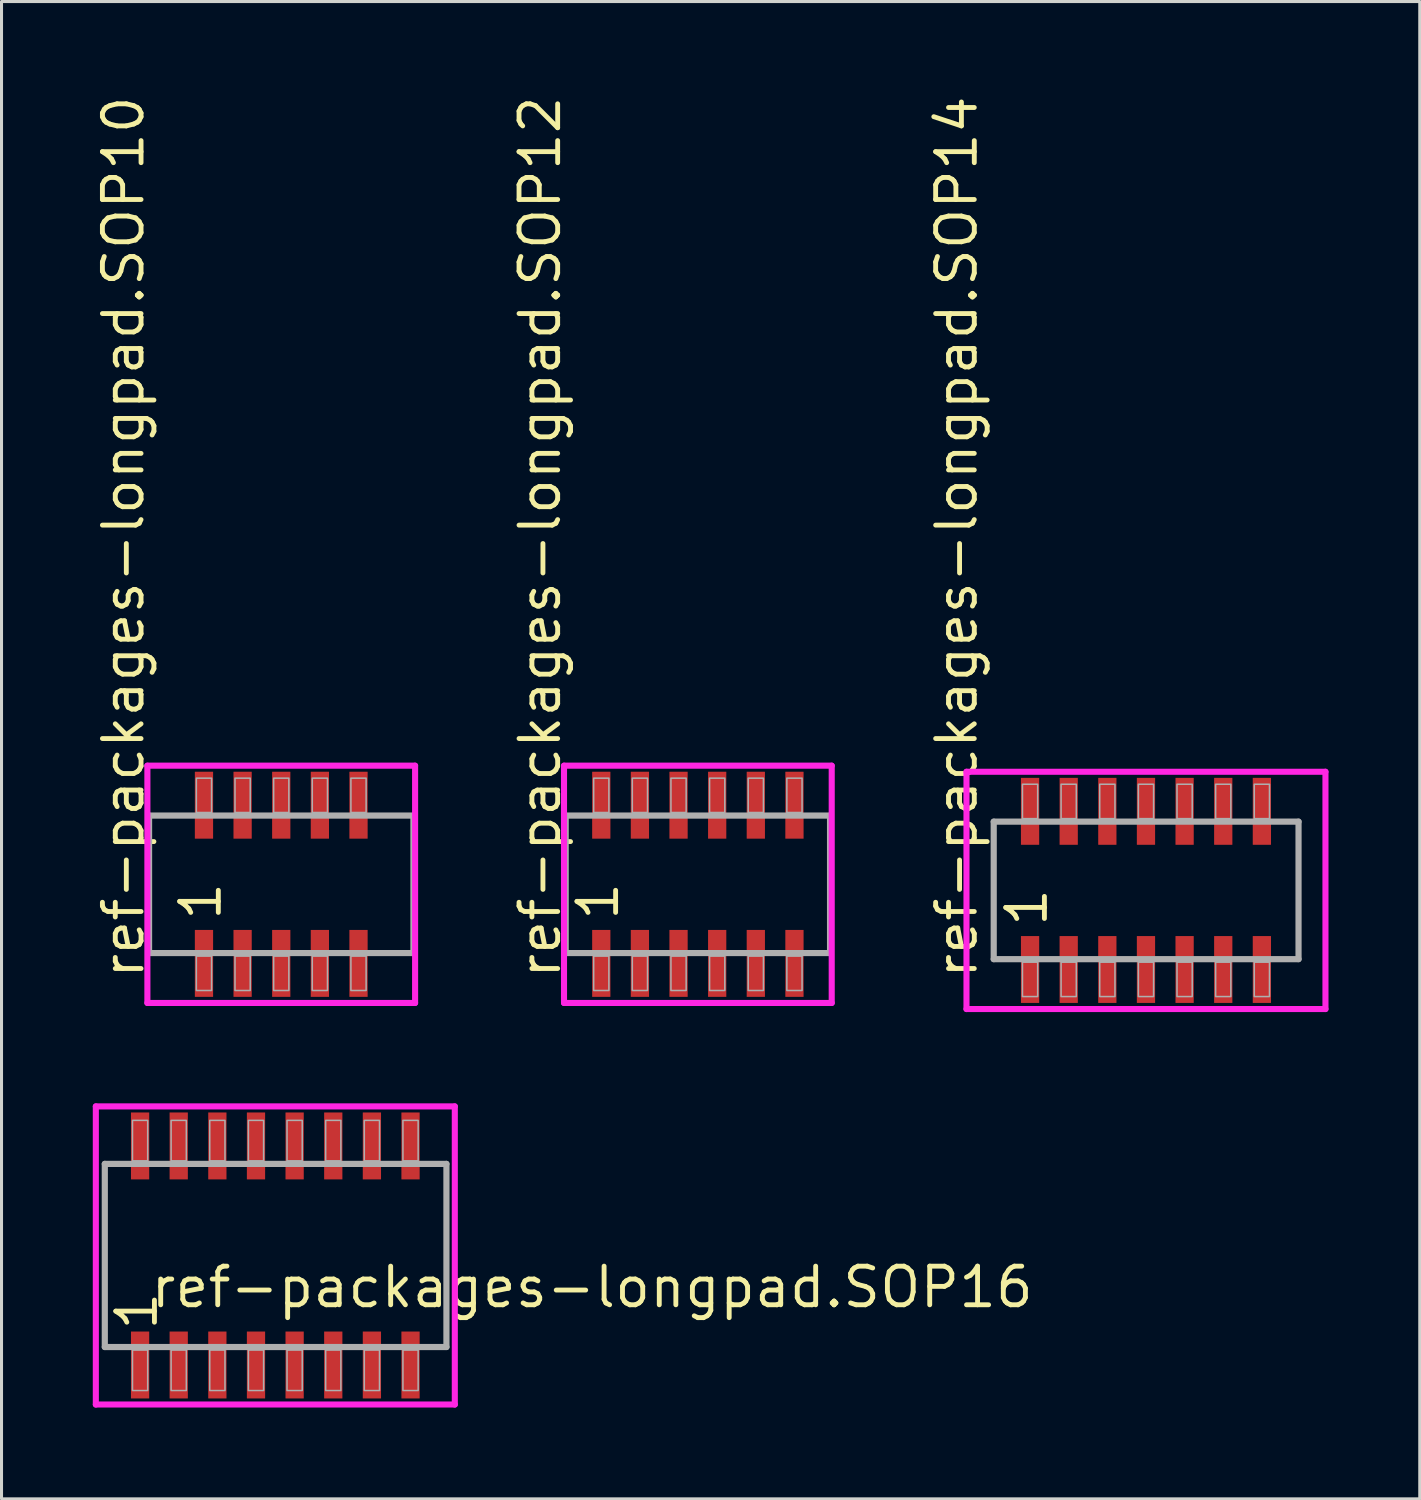
<source format=kicad_pcb>
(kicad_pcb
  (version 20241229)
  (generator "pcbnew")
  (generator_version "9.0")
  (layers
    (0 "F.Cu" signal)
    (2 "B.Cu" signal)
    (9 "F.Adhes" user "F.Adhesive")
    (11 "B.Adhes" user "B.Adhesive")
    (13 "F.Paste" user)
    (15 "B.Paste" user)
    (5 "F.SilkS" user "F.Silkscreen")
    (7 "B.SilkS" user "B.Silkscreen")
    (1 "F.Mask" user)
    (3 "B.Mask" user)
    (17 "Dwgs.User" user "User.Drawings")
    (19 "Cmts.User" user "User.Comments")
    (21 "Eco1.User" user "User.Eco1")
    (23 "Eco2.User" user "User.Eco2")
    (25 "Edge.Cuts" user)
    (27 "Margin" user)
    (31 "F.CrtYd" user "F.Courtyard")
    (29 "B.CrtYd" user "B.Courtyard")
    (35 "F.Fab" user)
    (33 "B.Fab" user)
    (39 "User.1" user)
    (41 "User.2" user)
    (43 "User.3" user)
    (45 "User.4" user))
  (footprint "ref-packages-longpad.SOP12"
    (layer "F.Cu")
    (at 19.89 26.019)
    (property "Reference" "ref-packages-longpad.SOP12" (at -4.445 3.175 90) (layer "F.SilkS") (effects (font (size 1.27 1.27) (thickness 0.16)) (justify left bottom)))
    (attr smd)
    (fp_line (start -4.4 -3.9) (end 4.4 -3.9) (stroke (width 0.2) (type default)) (layer "F.CrtYd"))
    (fp_line (start -4.4 3.9) (end -4.4 -3.9) (stroke (width 0.2) (type default)) (layer "F.CrtYd"))
    (fp_line (start 4.4 -3.9) (end 4.4 3.9) (stroke (width 0.2) (type default)) (layer "F.CrtYd"))
    (fp_line (start 4.4 3.9) (end -4.4 3.9) (stroke (width 0.2) (type default)) (layer "F.CrtYd"))
    (fp_line (start -4.345 -2.26) (end 4.345 -2.26) (stroke (width 0.203) (type default)) (layer "F.Fab"))
    (fp_line (start -4.345 2.26) (end -4.345 -2.26) (stroke (width 0.203) (type default)) (layer "F.Fab"))
    (fp_line (start 4.345 -2.26) (end 4.345 2.26) (stroke (width 0.203) (type default)) (layer "F.Fab"))
    (fp_line (start 4.345 2.26) (end -4.345 2.26) (stroke (width 0.203) (type default)) (layer "F.Fab"))
    (fp_rect (start -3.425 -2.36) (end -2.925 -3.49) (stroke (width 0.05) (type default)) (fill no) (layer "F.Fab"))
    (fp_rect (start -3.425 3.49) (end -2.925 2.36) (stroke (width 0.05) (type default)) (fill no) (layer "F.Fab"))
    (fp_rect (start -2.155 -2.36) (end -1.655 -3.49) (stroke (width 0.05) (type default)) (fill no) (layer "F.Fab"))
    (fp_rect (start -2.155 3.49) (end -1.655 2.36) (stroke (width 0.05) (type default)) (fill no) (layer "F.Fab"))
    (fp_rect (start -0.885 -2.36) (end -0.385 -3.49) (stroke (width 0.05) (type default)) (fill no) (layer "F.Fab"))
    (fp_rect (start -0.885 3.49) (end -0.385 2.36) (stroke (width 0.05) (type default)) (fill no) (layer "F.Fab"))
    (fp_rect (start 0.385 -2.36) (end 0.885 -3.49) (stroke (width 0.05) (type default)) (fill no) (layer "F.Fab"))
    (fp_rect (start 0.385 3.49) (end 0.885 2.36) (stroke (width 0.05) (type default)) (fill no) (layer "F.Fab"))
    (fp_rect (start 1.655 -2.36) (end 2.155 -3.49) (stroke (width 0.05) (type default)) (fill no) (layer "F.Fab"))
    (fp_rect (start 1.655 3.49) (end 2.155 2.36) (stroke (width 0.05) (type default)) (fill no) (layer "F.Fab"))
    (fp_rect (start 2.925 -2.36) (end 3.425 -3.49) (stroke (width 0.05) (type default)) (fill no) (layer "F.Fab"))
    (fp_rect (start 2.925 3.49) (end 3.425 2.36) (stroke (width 0.05) (type default)) (fill no) (layer "F.Fab"))
    (fp_text user "1" (at -2.54 1.27 90) (layer "F.SilkS") (effects (font (size 1.27 1.27) (thickness 0.16)) (justify left bottom)))
    (pad "1" smd roundrect (at -3.175 2.6) (size 0.6 2.2) (layers "F.Cu" "F.Mask" "F.Paste") (roundrect_rratio 0.01))
    (pad "2" smd roundrect (at -1.905 2.6) (size 0.6 2.2) (layers "F.Cu" "F.Mask" "F.Paste") (roundrect_rratio 0.01))
    (pad "3" smd roundrect (at -0.635 2.6) (size 0.6 2.2) (layers "F.Cu" "F.Mask" "F.Paste") (roundrect_rratio 0.01))
    (pad "4" smd roundrect (at 0.635 2.6) (size 0.6 2.2) (layers "F.Cu" "F.Mask" "F.Paste") (roundrect_rratio 0.01))
    (pad "5" smd roundrect (at 1.905 2.6) (size 0.6 2.2) (layers "F.Cu" "F.Mask" "F.Paste") (roundrect_rratio 0.01))
    (pad "6" smd roundrect (at 3.175 2.6) (size 0.6 2.2) (layers "F.Cu" "F.Mask" "F.Paste") (roundrect_rratio 0.01))
    (pad "7" smd roundrect (at 3.175 -2.6) (size 0.6 2.2) (layers "F.Cu" "F.Mask" "F.Paste") (roundrect_rratio 0.01))
    (pad "8" smd roundrect (at 1.905 -2.6) (size 0.6 2.2) (layers "F.Cu" "F.Mask" "F.Paste") (roundrect_rratio 0.01))
    (pad "9" smd roundrect (at 0.635 -2.6) (size 0.6 2.2) (layers "F.Cu" "F.Mask" "F.Paste") (roundrect_rratio 0.01))
    (pad "10" smd roundrect (at -0.635 -2.6) (size 0.6 2.2) (layers "F.Cu" "F.Mask" "F.Paste") (roundrect_rratio 0.01))
    (pad "11" smd roundrect (at -1.905 -2.6) (size 0.6 2.2) (layers "F.Cu" "F.Mask" "F.Paste") (roundrect_rratio 0.01))
    (pad "12" smd roundrect (at -3.175 -2.6) (size 0.6 2.2) (layers "F.Cu" "F.Mask" "F.Paste") (roundrect_rratio 0.01)))
  (footprint "ref-packages-longpad.SOP14"
    (layer "F.Cu")
    (at 34.62 26.219)
    (property "Reference" "ref-packages-longpad.SOP14" (at -5.48 2.975 90) (layer "F.SilkS") (effects (font (size 1.27 1.27) (thickness 0.16)) (justify left bottom)))
    (attr smd)
    (fp_line (start -5.9 -3.9) (end 5.9 -3.9) (stroke (width 0.2) (type default)) (layer "F.CrtYd"))
    (fp_line (start -5.9 3.9) (end -5.9 -3.9) (stroke (width 0.2) (type default)) (layer "F.CrtYd"))
    (fp_line (start 5.9 -3.9) (end 5.9 3.9) (stroke (width 0.2) (type default)) (layer "F.CrtYd"))
    (fp_line (start 5.9 3.9) (end -5.9 3.9) (stroke (width 0.2) (type default)) (layer "F.CrtYd"))
    (fp_line (start -5.005 -2.26) (end 5.015 -2.26) (stroke (width 0.203) (type default)) (layer "F.Fab"))
    (fp_line (start -5.005 2.26) (end -5.005 -2.26) (stroke (width 0.203) (type default)) (layer "F.Fab"))
    (fp_line (start 5.015 -2.26) (end 5.015 2.26) (stroke (width 0.203) (type default)) (layer "F.Fab"))
    (fp_line (start 5.015 2.26) (end -5.005 2.26) (stroke (width 0.203) (type default)) (layer "F.Fab"))
    (fp_rect (start -4.06 -2.36) (end -3.56 -3.49) (stroke (width 0.05) (type default)) (fill no) (layer "F.Fab"))
    (fp_rect (start -4.06 3.49) (end -3.56 2.36) (stroke (width 0.05) (type default)) (fill no) (layer "F.Fab"))
    (fp_rect (start -2.79 -2.36) (end -2.29 -3.49) (stroke (width 0.05) (type default)) (fill no) (layer "F.Fab"))
    (fp_rect (start -2.79 3.49) (end -2.29 2.36) (stroke (width 0.05) (type default)) (fill no) (layer "F.Fab"))
    (fp_rect (start -1.52 -2.36) (end -1.02 -3.49) (stroke (width 0.05) (type default)) (fill no) (layer "F.Fab"))
    (fp_rect (start -1.52 3.49) (end -1.02 2.36) (stroke (width 0.05) (type default)) (fill no) (layer "F.Fab"))
    (fp_rect (start -0.25 -2.36) (end 0.25 -3.49) (stroke (width 0.05) (type default)) (fill no) (layer "F.Fab"))
    (fp_rect (start -0.25 3.49) (end 0.25 2.36) (stroke (width 0.05) (type default)) (fill no) (layer "F.Fab"))
    (fp_rect (start 1.02 -2.36) (end 1.52 -3.49) (stroke (width 0.05) (type default)) (fill no) (layer "F.Fab"))
    (fp_rect (start 1.02 3.49) (end 1.52 2.36) (stroke (width 0.05) (type default)) (fill no) (layer "F.Fab"))
    (fp_rect (start 2.29 -2.36) (end 2.79 -3.49) (stroke (width 0.05) (type default)) (fill no) (layer "F.Fab"))
    (fp_rect (start 2.29 3.49) (end 2.79 2.36) (stroke (width 0.05) (type default)) (fill no) (layer "F.Fab"))
    (fp_rect (start 3.56 -2.36) (end 4.06 -3.49) (stroke (width 0.05) (type default)) (fill no) (layer "F.Fab"))
    (fp_rect (start 3.56 3.49) (end 4.06 2.36) (stroke (width 0.05) (type default)) (fill no) (layer "F.Fab"))
    (fp_text user "1" (at -3.175 1.27 90) (layer "F.SilkS") (effects (font (size 1.27 1.27) (thickness 0.16)) (justify left bottom)))
    (pad "1" smd roundrect (at -3.81 2.6) (size 0.6 2.2) (layers "F.Cu" "F.Mask" "F.Paste") (roundrect_rratio 0.01))
    (pad "2" smd roundrect (at -2.54 2.6) (size 0.6 2.2) (layers "F.Cu" "F.Mask" "F.Paste") (roundrect_rratio 0.01))
    (pad "3" smd roundrect (at -1.27 2.6) (size 0.6 2.2) (layers "F.Cu" "F.Mask" "F.Paste") (roundrect_rratio 0.01))
    (pad "4" smd roundrect (at 0 2.6) (size 0.6 2.2) (layers "F.Cu" "F.Mask" "F.Paste") (roundrect_rratio 0.01))
    (pad "5" smd roundrect (at 1.27 2.6) (size 0.6 2.2) (layers "F.Cu" "F.Mask" "F.Paste") (roundrect_rratio 0.01))
    (pad "6" smd roundrect (at 2.54 2.6) (size 0.6 2.2) (layers "F.Cu" "F.Mask" "F.Paste") (roundrect_rratio 0.01))
    (pad "7" smd roundrect (at 3.81 2.6) (size 0.6 2.2) (layers "F.Cu" "F.Mask" "F.Paste") (roundrect_rratio 0.01))
    (pad "8" smd roundrect (at 3.81 -2.6) (size 0.6 2.2) (layers "F.Cu" "F.Mask" "F.Paste") (roundrect_rratio 0.01))
    (pad "9" smd roundrect (at 2.54 -2.6) (size 0.6 2.2) (layers "F.Cu" "F.Mask" "F.Paste") (roundrect_rratio 0.01))
    (pad "10" smd roundrect (at 1.27 -2.6) (size 0.6 2.2) (layers "F.Cu" "F.Mask" "F.Paste") (roundrect_rratio 0.01))
    (pad "11" smd roundrect (at 0 -2.6) (size 0.6 2.2) (layers "F.Cu" "F.Mask" "F.Paste") (roundrect_rratio 0.01))
    (pad "12" smd roundrect (at -1.27 -2.6) (size 0.6 2.2) (layers "F.Cu" "F.Mask" "F.Paste") (roundrect_rratio 0.01))
    (pad "13" smd roundrect (at -2.54 -2.6) (size 0.6 2.2) (layers "F.Cu" "F.Mask" "F.Paste") (roundrect_rratio 0.01))
    (pad "14" smd roundrect (at -3.81 -2.6) (size 0.6 2.2) (layers "F.Cu" "F.Mask" "F.Paste") (roundrect_rratio 0.01)))
  (footprint "ref-packages-longpad.SOP16"
    (layer "F.Cu")
    (at 6 38.219)
    (property "Reference" "ref-packages-longpad.SOP16" (at -4.175 1.785 0) (layer "F.SilkS") (effects (font (size 1.27 1.27) (thickness 0.16)) (justify left bottom)))
    (attr smd)
    (fp_line (start -5.9 -4.9) (end 5.9 -4.9) (stroke (width 0.2) (type default)) (layer "F.CrtYd"))
    (fp_line (start -5.9 4.9) (end -5.9 -4.9) (stroke (width 0.2) (type default)) (layer "F.CrtYd"))
    (fp_line (start 5.9 -4.9) (end 5.9 4.9) (stroke (width 0.2) (type default)) (layer "F.CrtYd"))
    (fp_line (start 5.9 4.9) (end -5.9 4.9) (stroke (width 0.2) (type default)) (layer "F.CrtYd"))
    (fp_line (start -5.605 -3.01) (end 5.625 -3.01) (stroke (width 0.203) (type default)) (layer "F.Fab"))
    (fp_line (start -5.605 3.01) (end -5.605 -3.01) (stroke (width 0.203) (type default)) (layer "F.Fab"))
    (fp_line (start 5.625 -3.01) (end 5.625 3.01) (stroke (width 0.203) (type default)) (layer "F.Fab"))
    (fp_line (start 5.625 3.01) (end -5.605 3.01) (stroke (width 0.203) (type default)) (layer "F.Fab"))
    (fp_rect (start -4.695 -3.11) (end -4.195 -4.44) (stroke (width 0.05) (type default)) (fill no) (layer "F.Fab"))
    (fp_rect (start -4.695 4.44) (end -4.195 3.11) (stroke (width 0.05) (type default)) (fill no) (layer "F.Fab"))
    (fp_rect (start -3.425 -3.11) (end -2.925 -4.44) (stroke (width 0.05) (type default)) (fill no) (layer "F.Fab"))
    (fp_rect (start -3.425 4.44) (end -2.925 3.11) (stroke (width 0.05) (type default)) (fill no) (layer "F.Fab"))
    (fp_rect (start -2.155 -3.11) (end -1.655 -4.44) (stroke (width 0.05) (type default)) (fill no) (layer "F.Fab"))
    (fp_rect (start -2.155 4.44) (end -1.655 3.11) (stroke (width 0.05) (type default)) (fill no) (layer "F.Fab"))
    (fp_rect (start -0.885 -3.11) (end -0.385 -4.44) (stroke (width 0.05) (type default)) (fill no) (layer "F.Fab"))
    (fp_rect (start -0.885 4.44) (end -0.385 3.11) (stroke (width 0.05) (type default)) (fill no) (layer "F.Fab"))
    (fp_rect (start 0.385 -3.11) (end 0.885 -4.44) (stroke (width 0.05) (type default)) (fill no) (layer "F.Fab"))
    (fp_rect (start 0.385 4.44) (end 0.885 3.11) (stroke (width 0.05) (type default)) (fill no) (layer "F.Fab"))
    (fp_rect (start 1.655 -3.11) (end 2.155 -4.44) (stroke (width 0.05) (type default)) (fill no) (layer "F.Fab"))
    (fp_rect (start 1.655 4.44) (end 2.155 3.11) (stroke (width 0.05) (type default)) (fill no) (layer "F.Fab"))
    (fp_rect (start 2.925 -3.11) (end 3.425 -4.44) (stroke (width 0.05) (type default)) (fill no) (layer "F.Fab"))
    (fp_rect (start 2.925 4.44) (end 3.425 3.11) (stroke (width 0.05) (type default)) (fill no) (layer "F.Fab"))
    (fp_rect (start 4.195 -3.11) (end 4.695 -4.44) (stroke (width 0.05) (type default)) (fill no) (layer "F.Fab"))
    (fp_rect (start 4.195 4.44) (end 4.695 3.11) (stroke (width 0.05) (type default)) (fill no) (layer "F.Fab"))
    (fp_text user "1" (at -3.81 2.54 90) (layer "F.SilkS") (effects (font (size 1.27 1.27) (thickness 0.16)) (justify left bottom)))
    (pad "1" smd roundrect (at -4.445 3.6) (size 0.6 2.2) (layers "F.Cu" "F.Mask" "F.Paste") (roundrect_rratio 0.01))
    (pad "2" smd roundrect (at -3.175 3.6) (size 0.6 2.2) (layers "F.Cu" "F.Mask" "F.Paste") (roundrect_rratio 0.01))
    (pad "3" smd roundrect (at -1.905 3.6) (size 0.6 2.2) (layers "F.Cu" "F.Mask" "F.Paste") (roundrect_rratio 0.01))
    (pad "4" smd roundrect (at -0.635 3.6) (size 0.6 2.2) (layers "F.Cu" "F.Mask" "F.Paste") (roundrect_rratio 0.01))
    (pad "5" smd roundrect (at 0.635 3.6) (size 0.6 2.2) (layers "F.Cu" "F.Mask" "F.Paste") (roundrect_rratio 0.01))
    (pad "6" smd roundrect (at 1.905 3.6) (size 0.6 2.2) (layers "F.Cu" "F.Mask" "F.Paste") (roundrect_rratio 0.01))
    (pad "7" smd roundrect (at 3.175 3.6) (size 0.6 2.2) (layers "F.Cu" "F.Mask" "F.Paste") (roundrect_rratio 0.01))
    (pad "8" smd roundrect (at 4.445 3.6) (size 0.6 2.2) (layers "F.Cu" "F.Mask" "F.Paste") (roundrect_rratio 0.01))
    (pad "9" smd roundrect (at 4.445 -3.6) (size 0.6 2.2) (layers "F.Cu" "F.Mask" "F.Paste") (roundrect_rratio 0.01))
    (pad "10" smd roundrect (at 3.175 -3.6) (size 0.6 2.2) (layers "F.Cu" "F.Mask" "F.Paste") (roundrect_rratio 0.01))
    (pad "11" smd roundrect (at 1.905 -3.6) (size 0.6 2.2) (layers "F.Cu" "F.Mask" "F.Paste") (roundrect_rratio 0.01))
    (pad "12" smd roundrect (at 0.635 -3.6) (size 0.6 2.2) (layers "F.Cu" "F.Mask" "F.Paste") (roundrect_rratio 0.01))
    (pad "13" smd roundrect (at -0.635 -3.6) (size 0.6 2.2) (layers "F.Cu" "F.Mask" "F.Paste") (roundrect_rratio 0.01))
    (pad "14" smd roundrect (at -1.905 -3.6) (size 0.6 2.2) (layers "F.Cu" "F.Mask" "F.Paste") (roundrect_rratio 0.01))
    (pad "15" smd roundrect (at -3.175 -3.6) (size 0.6 2.2) (layers "F.Cu" "F.Mask" "F.Paste") (roundrect_rratio 0.01))
    (pad "16" smd roundrect (at -4.445 -3.6) (size 0.6 2.2) (layers "F.Cu" "F.Mask" "F.Paste") (roundrect_rratio 0.01)))
  (footprint "ref-packages-longpad.SOP10"
    (layer "F.Cu")
    (at 6.195 26.019)
    (property "Reference" "ref-packages-longpad.SOP10" (at -4.445 3.175 90) (layer "F.SilkS") (effects (font (size 1.27 1.27) (thickness 0.16)) (justify left bottom)))
    (attr smd)
    (fp_line (start -4.4 -3.9) (end 4.4 -3.9) (stroke (width 0.2) (type default)) (layer "F.CrtYd"))
    (fp_line (start -4.4 3.9) (end -4.4 -3.9) (stroke (width 0.2) (type default)) (layer "F.CrtYd"))
    (fp_line (start 4.4 -3.9) (end 4.4 3.9) (stroke (width 0.2) (type default)) (layer "F.CrtYd"))
    (fp_line (start 4.4 3.9) (end -4.4 3.9) (stroke (width 0.2) (type default)) (layer "F.CrtYd"))
    (fp_line (start -4.345 -2.26) (end 4.345 -2.26) (stroke (width 0.203) (type default)) (layer "F.Fab"))
    (fp_line (start -4.345 2.26) (end -4.345 -2.26) (stroke (width 0.203) (type default)) (layer "F.Fab"))
    (fp_line (start 4.345 -2.26) (end 4.345 2.26) (stroke (width 0.203) (type default)) (layer "F.Fab"))
    (fp_line (start 4.345 2.26) (end -4.345 2.26) (stroke (width 0.203) (type default)) (layer "F.Fab"))
    (fp_rect (start -2.79 -2.36) (end -2.29 -3.49) (stroke (width 0.05) (type default)) (fill no) (layer "F.Fab"))
    (fp_rect (start -2.79 3.49) (end -2.29 2.36) (stroke (width 0.05) (type default)) (fill no) (layer "F.Fab"))
    (fp_rect (start -1.52 -2.36) (end -1.02 -3.49) (stroke (width 0.05) (type default)) (fill no) (layer "F.Fab"))
    (fp_rect (start -1.52 3.49) (end -1.02 2.36) (stroke (width 0.05) (type default)) (fill no) (layer "F.Fab"))
    (fp_rect (start -0.25 -2.36) (end 0.25 -3.49) (stroke (width 0.05) (type default)) (fill no) (layer "F.Fab"))
    (fp_rect (start -0.25 3.49) (end 0.25 2.36) (stroke (width 0.05) (type default)) (fill no) (layer "F.Fab"))
    (fp_rect (start 1.02 -2.36) (end 1.52 -3.49) (stroke (width 0.05) (type default)) (fill no) (layer "F.Fab"))
    (fp_rect (start 1.02 3.49) (end 1.52 2.36) (stroke (width 0.05) (type default)) (fill no) (layer "F.Fab"))
    (fp_rect (start 2.29 -2.36) (end 2.79 -3.49) (stroke (width 0.05) (type default)) (fill no) (layer "F.Fab"))
    (fp_rect (start 2.29 3.49) (end 2.79 2.36) (stroke (width 0.05) (type default)) (fill no) (layer "F.Fab"))
    (fp_text user "1" (at -1.905 1.27 90) (layer "F.SilkS") (effects (font (size 1.27 1.27) (thickness 0.16)) (justify left bottom)))
    (pad "1" smd roundrect (at -2.54 2.6) (size 0.6 2.2) (layers "F.Cu" "F.Mask" "F.Paste") (roundrect_rratio 0.01))
    (pad "2" smd roundrect (at -1.27 2.6) (size 0.6 2.2) (layers "F.Cu" "F.Mask" "F.Paste") (roundrect_rratio 0.01))
    (pad "3" smd roundrect (at 0 2.6) (size 0.6 2.2) (layers "F.Cu" "F.Mask" "F.Paste") (roundrect_rratio 0.01))
    (pad "4" smd roundrect (at 1.27 2.6) (size 0.6 2.2) (layers "F.Cu" "F.Mask" "F.Paste") (roundrect_rratio 0.01))
    (pad "5" smd roundrect (at 2.54 2.6) (size 0.6 2.2) (layers "F.Cu" "F.Mask" "F.Paste") (roundrect_rratio 0.01))
    (pad "6" smd roundrect (at 2.54 -2.6) (size 0.6 2.2) (layers "F.Cu" "F.Mask" "F.Paste") (roundrect_rratio 0.01))
    (pad "7" smd roundrect (at 1.27 -2.6) (size 0.6 2.2) (layers "F.Cu" "F.Mask" "F.Paste") (roundrect_rratio 0.01))
    (pad "8" smd roundrect (at 0 -2.6) (size 0.6 2.2) (layers "F.Cu" "F.Mask" "F.Paste") (roundrect_rratio 0.01))
    (pad "9" smd roundrect (at -1.27 -2.6) (size 0.6 2.2) (layers "F.Cu" "F.Mask" "F.Paste") (roundrect_rratio 0.01))
    (pad "10" smd roundrect (at -2.54 -2.6) (size 0.6 2.2) (layers "F.Cu" "F.Mask" "F.Paste") (roundrect_rratio 0.01)))
  (gr_rect
    (start -3 -3)
    (end 43.62 46.219)
    (stroke (width 0.1) (type default))
    (fill no)
    (layer "Edge.Cuts")))
</source>
